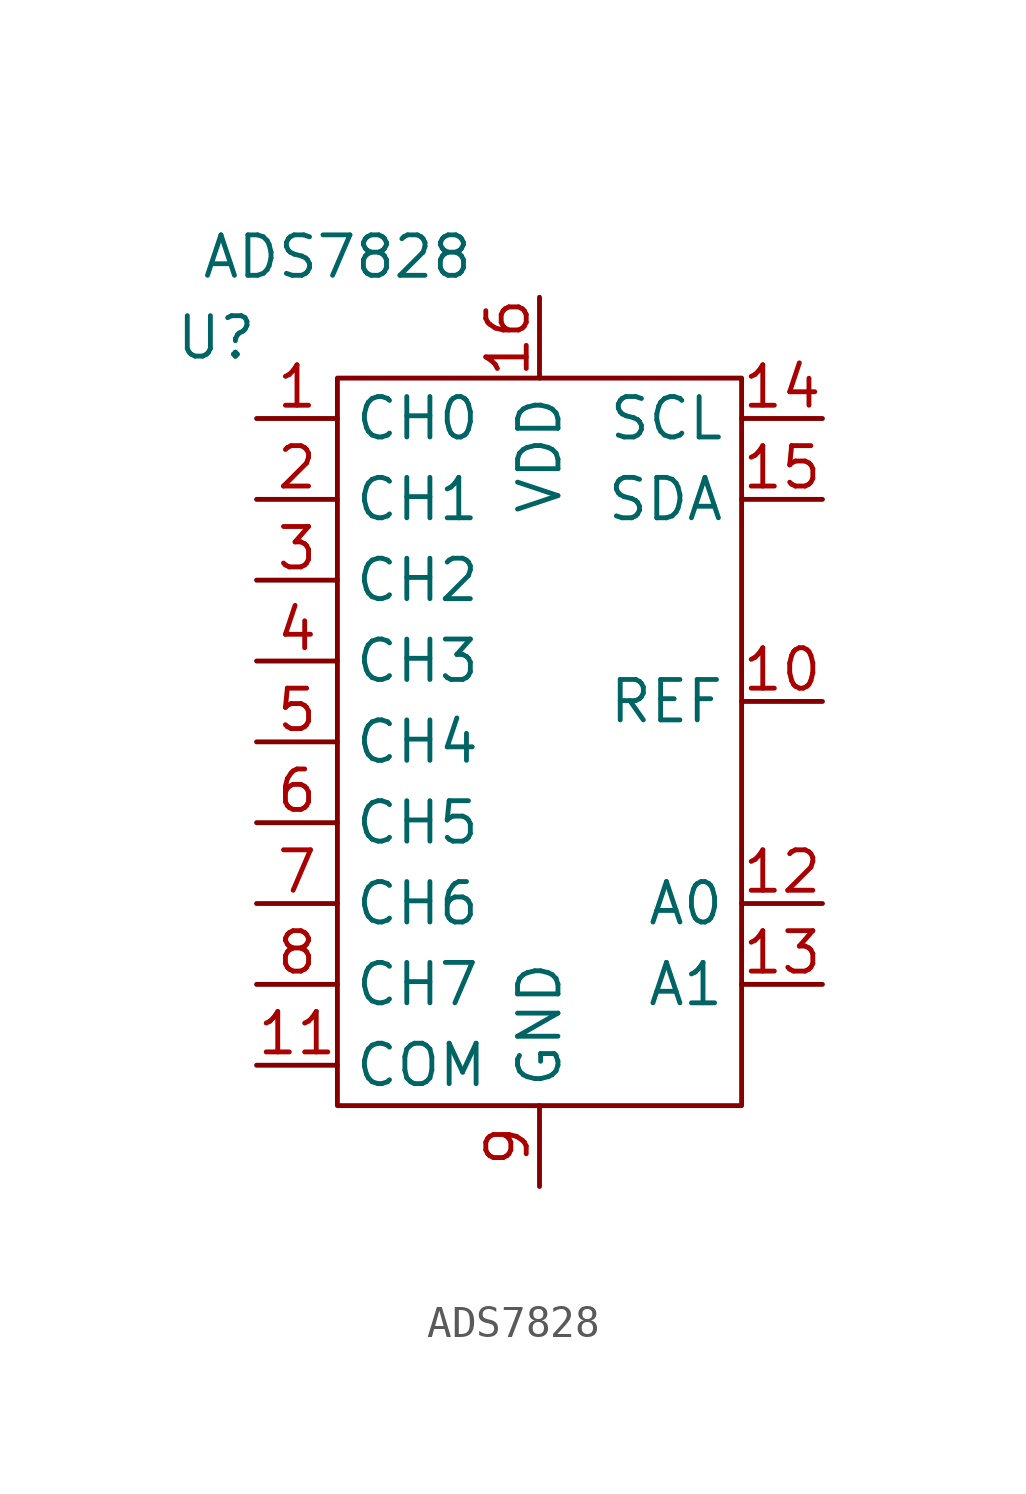
<source format=kicad_sym>
(kicad_symbol_lib
  (version 20211014)
  (generator kicad_symbol_editor)
  (symbol "ADS7828"
    (property "Reference" "U"
      (at -5.08 2.54 0)
      (effects (font (size 1.27 1.27))))
    (property "Value" "ADS7828"
      (at -1.27 5.08 0)
      (effects (font (size 1.27 1.27))))
    (symbol "ADS7828_0_1"
      (rectangle (start -1.27 1.27) (end 11.43 -21.59) (stroke (width 0) (type default) (color 0 0 0 0)) (fill (type none))))
    (symbol "ADS7828_1_1"
      (pin input line (at -3.81 0 0) (length 2.54) (name "CH0" (effects (font (size 1.27 1.27)))) (number "1" (effects (font (size 1.27 1.27)))))
      (pin power_in line (at 13.97 -8.89 180) (length 2.54) (name "REF" (effects (font (size 1.27 1.27)))) (number "10" (effects (font (size 1.27 1.27)))))
      (pin power_in line (at -3.81 -20.32 0) (length 2.54) (name "COM" (effects (font (size 1.27 1.27)))) (number "11" (effects (font (size 1.27 1.27)))))
      (pin input line (at 13.97 -15.24 180) (length 2.54) (name "A0" (effects (font (size 1.27 1.27)))) (number "12" (effects (font (size 1.27 1.27)))))
      (pin input line (at 13.97 -17.78 180) (length 2.54) (name "A1" (effects (font (size 1.27 1.27)))) (number "13" (effects (font (size 1.27 1.27)))))
      (pin bidirectional line (at 13.97 0 180) (length 2.54) (name "SCL" (effects (font (size 1.27 1.27)))) (number "14" (effects (font (size 1.27 1.27)))))
      (pin bidirectional line (at 13.97 -2.54 180) (length 2.54) (name "SDA" (effects (font (size 1.27 1.27)))) (number "15" (effects (font (size 1.27 1.27)))))
      (pin power_in line (at 5.08 3.81 270) (length 2.54) (name "VDD" (effects (font (size 1.27 1.27)))) (number "16" (effects (font (size 1.27 1.27)))))
      (pin input line (at -3.81 -2.54 0) (length 2.54) (name "CH1" (effects (font (size 1.27 1.27)))) (number "2" (effects (font (size 1.27 1.27)))))
      (pin input line (at -3.81 -5.08 0) (length 2.54) (name "CH2" (effects (font (size 1.27 1.27)))) (number "3" (effects (font (size 1.27 1.27)))))
      (pin input line (at -3.81 -7.62 0) (length 2.54) (name "CH3" (effects (font (size 1.27 1.27)))) (number "4" (effects (font (size 1.27 1.27)))))
      (pin input line (at -3.81 -10.16 0) (length 2.54) (name "CH4" (effects (font (size 1.27 1.27)))) (number "5" (effects (font (size 1.27 1.27)))))
      (pin input line (at -3.81 -12.7 0) (length 2.54) (name "CH5" (effects (font (size 1.27 1.27)))) (number "6" (effects (font (size 1.27 1.27)))))
      (pin input line (at -3.81 -15.24 0) (length 2.54) (name "CH6" (effects (font (size 1.27 1.27)))) (number "7" (effects (font (size 1.27 1.27)))))
      (pin input line (at -3.81 -17.78 0) (length 2.54) (name "CH7" (effects (font (size 1.27 1.27)))) (number "8" (effects (font (size 1.27 1.27)))))
      (pin power_in line (at 5.08 -24.13 90) (length 2.54) (name "GND" (effects (font (size 1.27 1.27)))) (number "9" (effects (font (size 1.27 1.27))))))))
</source>
